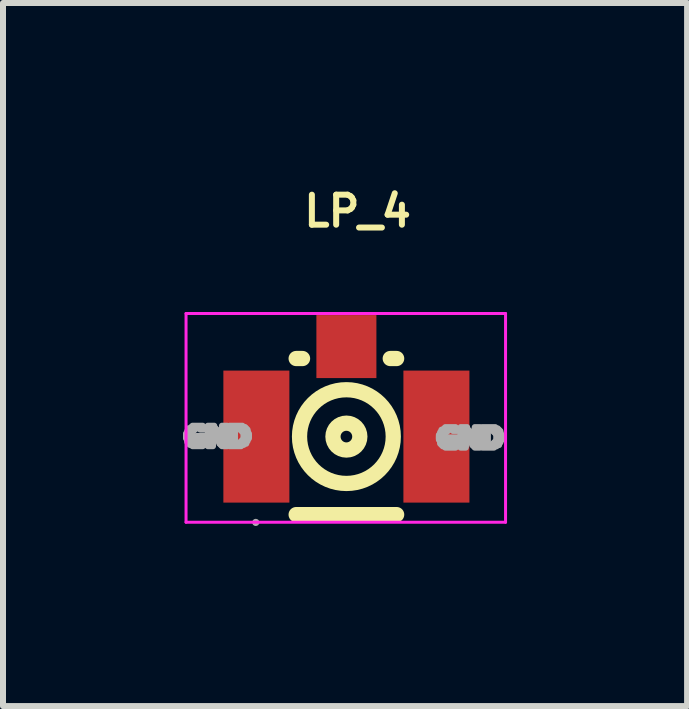
<source format=kicad_pcb>
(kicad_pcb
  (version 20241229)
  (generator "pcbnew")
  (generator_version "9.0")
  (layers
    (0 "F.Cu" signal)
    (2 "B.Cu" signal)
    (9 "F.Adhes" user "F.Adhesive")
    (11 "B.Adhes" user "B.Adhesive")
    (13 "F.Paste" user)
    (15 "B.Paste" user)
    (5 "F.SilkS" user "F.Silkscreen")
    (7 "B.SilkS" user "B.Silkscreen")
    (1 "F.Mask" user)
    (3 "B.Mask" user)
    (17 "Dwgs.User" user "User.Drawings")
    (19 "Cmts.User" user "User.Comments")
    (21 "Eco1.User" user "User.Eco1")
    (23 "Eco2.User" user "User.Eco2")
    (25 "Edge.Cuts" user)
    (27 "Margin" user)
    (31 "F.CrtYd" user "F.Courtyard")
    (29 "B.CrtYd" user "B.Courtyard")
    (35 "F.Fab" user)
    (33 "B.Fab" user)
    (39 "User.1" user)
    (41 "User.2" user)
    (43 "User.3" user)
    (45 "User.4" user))
  (footprint "LP_4"
    (layer "F.Cu")
    (at 2.712 3.913)
    (property "Reference" "LP_4" (at -0.75 -3.445 0) (layer "F.SilkS") (effects (font (size 0.5 0.5) (thickness 0.1)) (justify left)))
    (fp_line (start -0.827 -0.989) (end -0.721 -0.989) (stroke (width 0.254) (type solid)) (layer "F.SilkS"))
    (fp_line (start 0.741 -0.989) (end 0.847 -0.989) (stroke (width 0.254) (type solid)) (layer "F.SilkS"))
    (fp_line (start 0.847 1.612) (end -0.827 1.612) (stroke (width 0.254) (type solid)) (layer "F.SilkS"))
    (fp_arc (start 0.234 0.312) (mid -0.214 0.312) (end 0.234 0.312) (stroke (width 0.254) (type solid)) (layer "F.SilkS"))
    (fp_arc (start 0.791 0.312) (mid -0.771 0.312) (end 0.791 0.312) (stroke (width 0.254) (type solid)) (layer "F.SilkS"))
    (fp_line (start -2.662 -1.739) (end -2.662 1.739) (stroke (width 0.05) (type solid)) (layer "F.CrtYd"))
    (fp_line (start -2.662 1.739) (end 2.662 1.739) (stroke (width 0.05) (type solid)) (layer "F.CrtYd"))
    (fp_line (start 2.662 -1.739) (end -2.662 -1.739) (stroke (width 0.05) (type solid)) (layer "F.CrtYd"))
    (fp_line (start 2.662 1.739) (end 2.662 -1.739) (stroke (width 0.05) (type solid)) (layer "F.CrtYd"))
    (fp_arc (start -1.47 1.742) (mid -1.53 1.742) (end -1.47 1.742) (stroke (width 0.06) (type solid)) (layer "F.Fab"))
    (fp_poly (pts (xy -2.662 0.28) (xy -2.662 0.259) (xy -2.576 0.259) (xy -2.576 0.28) (xy -2.662 0.28)) (stroke (width 0.1) (type solid)) (fill no) (layer "F.Fab"))
    (fp_poly (pts (xy -2.662 0.301) (xy -2.662 0.28) (xy -2.576 0.28) (xy -2.576 0.301) (xy -2.662 0.301)) (stroke (width 0.1) (type solid)) (fill no) (layer "F.Fab"))
    (fp_poly (pts (xy -2.662 0.323) (xy -2.662 0.301) (xy -2.576 0.301) (xy -2.576 0.323) (xy -2.662 0.323)) (stroke (width 0.1) (type solid)) (fill no) (layer "F.Fab"))
    (fp_poly (pts (xy -2.662 0.344) (xy -2.662 0.323) (xy -2.576 0.323) (xy -2.576 0.344) (xy -2.662 0.344)) (stroke (width 0.1) (type solid)) (fill no) (layer "F.Fab"))
    (fp_poly (pts (xy -2.64 0.237) (xy -2.64 0.216) (xy -2.555 0.216) (xy -2.555 0.237) (xy -2.64 0.237)) (stroke (width 0.1) (type solid)) (fill no) (layer "F.Fab"))
    (fp_poly (pts (xy -2.64 0.259) (xy -2.64 0.237) (xy -2.576 0.237) (xy -2.576 0.259) (xy -2.64 0.259)) (stroke (width 0.1) (type solid)) (fill no) (layer "F.Fab"))
    (fp_poly (pts (xy -2.64 0.365) (xy -2.64 0.344) (xy -2.576 0.344) (xy -2.576 0.365) (xy -2.64 0.365)) (stroke (width 0.1) (type solid)) (fill no) (layer "F.Fab"))
    (fp_poly (pts (xy -2.64 0.387) (xy -2.64 0.365) (xy -2.555 0.365) (xy -2.555 0.387) (xy -2.64 0.387)) (stroke (width 0.1) (type solid)) (fill no) (layer "F.Fab"))
    (fp_poly (pts (xy -2.64 0.408) (xy -2.64 0.387) (xy -2.555 0.387) (xy -2.555 0.408) (xy -2.64 0.408)) (stroke (width 0.1) (type solid)) (fill no) (layer "F.Fab"))
    (fp_poly (pts (xy -2.619 0.195) (xy -2.619 0.173) (xy -2.512 0.173) (xy -2.512 0.195) (xy -2.619 0.195)) (stroke (width 0.1) (type solid)) (fill no) (layer "F.Fab"))
    (fp_poly (pts (xy -2.619 0.216) (xy -2.619 0.195) (xy -2.534 0.195) (xy -2.534 0.216) (xy -2.619 0.216)) (stroke (width 0.1) (type solid)) (fill no) (layer "F.Fab"))
    (fp_poly (pts (xy -2.619 0.43) (xy -2.619 0.408) (xy -2.512 0.408) (xy -2.512 0.43) (xy -2.619 0.43)) (stroke (width 0.1) (type solid)) (fill no) (layer "F.Fab"))
    (fp_poly (pts (xy -2.598 0.451) (xy -2.598 0.43) (xy -2.342 0.43) (xy -2.342 0.451) (xy -2.598 0.451)) (stroke (width 0.1) (type solid)) (fill no) (layer "F.Fab"))
    (fp_poly (pts (xy -2.576 0.173) (xy -2.576 0.152) (xy -2.363 0.152) (xy -2.363 0.173) (xy -2.576 0.173)) (stroke (width 0.1) (type solid)) (fill no) (layer "F.Fab"))
    (fp_poly (pts (xy -2.555 0.152) (xy -2.555 0.131) (xy -2.384 0.131) (xy -2.384 0.152) (xy -2.555 0.152)) (stroke (width 0.1) (type solid)) (fill no) (layer "F.Fab"))
    (fp_poly (pts (xy -2.555 0.472) (xy -2.555 0.451) (xy -2.384 0.451) (xy -2.384 0.472) (xy -2.555 0.472)) (stroke (width 0.1) (type solid)) (fill no) (layer "F.Fab"))
    (fp_poly (pts (xy -2.491 0.323) (xy -2.491 0.301) (xy -2.342 0.301) (xy -2.342 0.323) (xy -2.491 0.323)) (stroke (width 0.1) (type solid)) (fill no) (layer "F.Fab"))
    (fp_poly (pts (xy -2.491 0.344) (xy -2.491 0.323) (xy -2.342 0.323) (xy -2.342 0.344) (xy -2.491 0.344)) (stroke (width 0.1) (type solid)) (fill no) (layer "F.Fab"))
    (fp_poly (pts (xy -2.427 0.195) (xy -2.427 0.173) (xy -2.363 0.173) (xy -2.363 0.195) (xy -2.427 0.195)) (stroke (width 0.1) (type solid)) (fill no) (layer "F.Fab"))
    (fp_poly (pts (xy -2.427 0.365) (xy -2.427 0.344) (xy -2.342 0.344) (xy -2.342 0.365) (xy -2.427 0.365)) (stroke (width 0.1) (type solid)) (fill no) (layer "F.Fab"))
    (fp_poly (pts (xy -2.427 0.387) (xy -2.427 0.365) (xy -2.342 0.365) (xy -2.342 0.387) (xy -2.427 0.387)) (stroke (width 0.1) (type solid)) (fill no) (layer "F.Fab"))
    (fp_poly (pts (xy -2.427 0.408) (xy -2.427 0.387) (xy -2.342 0.387) (xy -2.342 0.408) (xy -2.427 0.408)) (stroke (width 0.1) (type solid)) (fill no) (layer "F.Fab"))
    (fp_poly (pts (xy -2.427 0.43) (xy -2.427 0.408) (xy -2.342 0.408) (xy -2.342 0.43) (xy -2.427 0.43)) (stroke (width 0.1) (type solid)) (fill no) (layer "F.Fab"))
    (fp_poly (pts (xy -2.299 0.152) (xy -2.299 0.131) (xy -2.192 0.131) (xy -2.192 0.152) (xy -2.299 0.152)) (stroke (width 0.1) (type solid)) (fill no) (layer "F.Fab"))
    (fp_poly (pts (xy -2.299 0.173) (xy -2.299 0.152) (xy -2.192 0.152) (xy -2.192 0.173) (xy -2.299 0.173)) (stroke (width 0.1) (type solid)) (fill no) (layer "F.Fab"))
    (fp_poly (pts (xy -2.299 0.195) (xy -2.299 0.173) (xy -2.171 0.173) (xy -2.171 0.195) (xy -2.299 0.195)) (stroke (width 0.1) (type solid)) (fill no) (layer "F.Fab"))
    (fp_poly (pts (xy -2.299 0.216) (xy -2.299 0.195) (xy -2.149 0.195) (xy -2.149 0.216) (xy -2.299 0.216)) (stroke (width 0.1) (type solid)) (fill no) (layer "F.Fab"))
    (fp_poly (pts (xy -2.299 0.237) (xy -2.299 0.216) (xy -2.149 0.216) (xy -2.149 0.237) (xy -2.299 0.237)) (stroke (width 0.1) (type solid)) (fill no) (layer "F.Fab"))
    (fp_poly (pts (xy -2.299 0.259) (xy -2.299 0.237) (xy -2.128 0.237) (xy -2.128 0.259) (xy -2.299 0.259)) (stroke (width 0.1) (type solid)) (fill no) (layer "F.Fab"))
    (fp_poly (pts (xy -2.299 0.28) (xy -2.299 0.259) (xy -2.213 0.259) (xy -2.213 0.28) (xy -2.299 0.28)) (stroke (width 0.1) (type solid)) (fill no) (layer "F.Fab"))
    (fp_poly (pts (xy -2.299 0.301) (xy -2.299 0.28) (xy -2.213 0.28) (xy -2.213 0.301) (xy -2.299 0.301)) (stroke (width 0.1) (type solid)) (fill no) (layer "F.Fab"))
    (fp_poly (pts (xy -2.299 0.323) (xy -2.299 0.301) (xy -2.213 0.301) (xy -2.213 0.323) (xy -2.299 0.323)) (stroke (width 0.1) (type solid)) (fill no) (layer "F.Fab"))
    (fp_poly (pts (xy -2.299 0.344) (xy -2.299 0.323) (xy -2.213 0.323) (xy -2.213 0.344) (xy -2.299 0.344)) (stroke (width 0.1) (type solid)) (fill no) (layer "F.Fab"))
    (fp_poly (pts (xy -2.299 0.365) (xy -2.299 0.344) (xy -2.213 0.344) (xy -2.213 0.365) (xy -2.299 0.365)) (stroke (width 0.1) (type solid)) (fill no) (layer "F.Fab"))
    (fp_poly (pts (xy -2.299 0.387) (xy -2.299 0.365) (xy -2.213 0.365) (xy -2.213 0.387) (xy -2.299 0.387)) (stroke (width 0.1) (type solid)) (fill no) (layer "F.Fab"))
    (fp_poly (pts (xy -2.299 0.408) (xy -2.299 0.387) (xy -2.213 0.387) (xy -2.213 0.408) (xy -2.299 0.408)) (stroke (width 0.1) (type solid)) (fill no) (layer "F.Fab"))
    (fp_poly (pts (xy -2.299 0.43) (xy -2.299 0.408) (xy -2.213 0.408) (xy -2.213 0.43) (xy -2.299 0.43)) (stroke (width 0.1) (type solid)) (fill no) (layer "F.Fab"))
    (fp_poly (pts (xy -2.299 0.451) (xy -2.299 0.43) (xy -2.213 0.43) (xy -2.213 0.451) (xy -2.299 0.451)) (stroke (width 0.1) (type solid)) (fill no) (layer "F.Fab"))
    (fp_poly (pts (xy -2.299 0.472) (xy -2.299 0.451) (xy -2.213 0.451) (xy -2.213 0.472) (xy -2.299 0.472)) (stroke (width 0.1) (type solid)) (fill no) (layer "F.Fab"))
    (fp_poly (pts (xy -2.192 0.28) (xy -2.192 0.259) (xy -2.107 0.259) (xy -2.107 0.28) (xy -2.192 0.28)) (stroke (width 0.1) (type solid)) (fill no) (layer "F.Fab"))
    (fp_poly (pts (xy -2.171 0.301) (xy -2.171 0.28) (xy -2.107 0.28) (xy -2.107 0.301) (xy -2.171 0.301)) (stroke (width 0.1) (type solid)) (fill no) (layer "F.Fab"))
    (fp_poly (pts (xy -2.171 0.323) (xy -2.171 0.301) (xy -2.085 0.301) (xy -2.085 0.323) (xy -2.171 0.323)) (stroke (width 0.1) (type solid)) (fill no) (layer "F.Fab"))
    (fp_poly (pts (xy -2.149 0.344) (xy -2.149 0.323) (xy -1.978 0.323) (xy -1.978 0.344) (xy -2.149 0.344)) (stroke (width 0.1) (type solid)) (fill no) (layer "F.Fab"))
    (fp_poly (pts (xy -2.149 0.365) (xy -2.149 0.344) (xy -1.978 0.344) (xy -1.978 0.365) (xy -2.149 0.365)) (stroke (width 0.1) (type solid)) (fill no) (layer "F.Fab"))
    (fp_poly (pts (xy -2.128 0.387) (xy -2.128 0.365) (xy -1.978 0.365) (xy -1.978 0.387) (xy -2.128 0.387)) (stroke (width 0.1) (type solid)) (fill no) (layer "F.Fab"))
    (fp_poly (pts (xy -2.107 0.408) (xy -2.107 0.387) (xy -1.978 0.387) (xy -1.978 0.408) (xy -2.107 0.408)) (stroke (width 0.1) (type solid)) (fill no) (layer "F.Fab"))
    (fp_poly (pts (xy -2.107 0.43) (xy -2.107 0.408) (xy -1.978 0.408) (xy -1.978 0.43) (xy -2.107 0.43)) (stroke (width 0.1) (type solid)) (fill no) (layer "F.Fab"))
    (fp_poly (pts (xy -2.085 0.451) (xy -2.085 0.43) (xy -1.978 0.43) (xy -1.978 0.451) (xy -2.085 0.451)) (stroke (width 0.1) (type solid)) (fill no) (layer "F.Fab"))
    (fp_poly (pts (xy -2.064 0.152) (xy -2.064 0.131) (xy -1.978 0.131) (xy -1.978 0.152) (xy -2.064 0.152)) (stroke (width 0.1) (type solid)) (fill no) (layer "F.Fab"))
    (fp_poly (pts (xy -2.064 0.173) (xy -2.064 0.152) (xy -1.978 0.152) (xy -1.978 0.173) (xy -2.064 0.173)) (stroke (width 0.1) (type solid)) (fill no) (layer "F.Fab"))
    (fp_poly (pts (xy -2.064 0.195) (xy -2.064 0.173) (xy -1.978 0.173) (xy -1.978 0.195) (xy -2.064 0.195)) (stroke (width 0.1) (type solid)) (fill no) (layer "F.Fab"))
    (fp_poly (pts (xy -2.064 0.216) (xy -2.064 0.195) (xy -1.978 0.195) (xy -1.978 0.216) (xy -2.064 0.216)) (stroke (width 0.1) (type solid)) (fill no) (layer "F.Fab"))
    (fp_poly (pts (xy -2.064 0.237) (xy -2.064 0.216) (xy -1.978 0.216) (xy -1.978 0.237) (xy -2.064 0.237)) (stroke (width 0.1) (type solid)) (fill no) (layer "F.Fab"))
    (fp_poly (pts (xy -2.064 0.259) (xy -2.064 0.237) (xy -1.978 0.237) (xy -1.978 0.259) (xy -2.064 0.259)) (stroke (width 0.1) (type solid)) (fill no) (layer "F.Fab"))
    (fp_poly (pts (xy -2.064 0.28) (xy -2.064 0.259) (xy -1.978 0.259) (xy -1.978 0.28) (xy -2.064 0.28)) (stroke (width 0.1) (type solid)) (fill no) (layer "F.Fab"))
    (fp_poly (pts (xy -2.064 0.301) (xy -2.064 0.28) (xy -1.978 0.28) (xy -1.978 0.301) (xy -2.064 0.301)) (stroke (width 0.1) (type solid)) (fill no) (layer "F.Fab"))
    (fp_poly (pts (xy -2.064 0.323) (xy -2.064 0.301) (xy -1.978 0.301) (xy -1.978 0.323) (xy -2.064 0.323)) (stroke (width 0.1) (type solid)) (fill no) (layer "F.Fab"))
    (fp_poly (pts (xy -2.064 0.472) (xy -2.064 0.451) (xy -1.978 0.451) (xy -1.978 0.472) (xy -2.064 0.472)) (stroke (width 0.1) (type solid)) (fill no) (layer "F.Fab"))
    (fp_poly (pts (xy -1.936 0.152) (xy -1.936 0.131) (xy -1.722 0.131) (xy -1.722 0.152) (xy -1.936 0.152)) (stroke (width 0.1) (type solid)) (fill no) (layer "F.Fab"))
    (fp_poly (pts (xy -1.936 0.173) (xy -1.936 0.152) (xy -1.679 0.152) (xy -1.679 0.173) (xy -1.936 0.173)) (stroke (width 0.1) (type solid)) (fill no) (layer "F.Fab"))
    (fp_poly (pts (xy -1.936 0.195) (xy -1.936 0.173) (xy -1.85 0.173) (xy -1.85 0.195) (xy -1.936 0.195)) (stroke (width 0.1) (type solid)) (fill no) (layer "F.Fab"))
    (fp_poly (pts (xy -1.936 0.216) (xy -1.936 0.195) (xy -1.85 0.195) (xy -1.85 0.216) (xy -1.936 0.216)) (stroke (width 0.1) (type solid)) (fill no) (layer "F.Fab"))
    (fp_poly (pts (xy -1.936 0.237) (xy -1.936 0.216) (xy -1.85 0.216) (xy -1.85 0.237) (xy -1.936 0.237)) (stroke (width 0.1) (type solid)) (fill no) (layer "F.Fab"))
    (fp_poly (pts (xy -1.936 0.259) (xy -1.936 0.237) (xy -1.85 0.237) (xy -1.85 0.259) (xy -1.936 0.259)) (stroke (width 0.1) (type solid)) (fill no) (layer "F.Fab"))
    (fp_poly (pts (xy -1.936 0.28) (xy -1.936 0.259) (xy -1.85 0.259) (xy -1.85 0.28) (xy -1.936 0.28)) (stroke (width 0.1) (type solid)) (fill no) (layer "F.Fab"))
    (fp_poly (pts (xy -1.936 0.301) (xy -1.936 0.28) (xy -1.85 0.28) (xy -1.85 0.301) (xy -1.936 0.301)) (stroke (width 0.1) (type solid)) (fill no) (layer "F.Fab"))
    (fp_poly (pts (xy -1.936 0.323) (xy -1.936 0.301) (xy -1.85 0.301) (xy -1.85 0.323) (xy -1.936 0.323)) (stroke (width 0.1) (type solid)) (fill no) (layer "F.Fab"))
    (fp_poly (pts (xy -1.936 0.344) (xy -1.936 0.323) (xy -1.85 0.323) (xy -1.85 0.344) (xy -1.936 0.344)) (stroke (width 0.1) (type solid)) (fill no) (layer "F.Fab"))
    (fp_poly (pts (xy -1.936 0.365) (xy -1.936 0.344) (xy -1.85 0.344) (xy -1.85 0.365) (xy -1.936 0.365)) (stroke (width 0.1) (type solid)) (fill no) (layer "F.Fab"))
    (fp_poly (pts (xy -1.936 0.387) (xy -1.936 0.365) (xy -1.85 0.365) (xy -1.85 0.387) (xy -1.936 0.387)) (stroke (width 0.1) (type solid)) (fill no) (layer "F.Fab"))
    (fp_poly (pts (xy -1.936 0.408) (xy -1.936 0.387) (xy -1.85 0.387) (xy -1.85 0.408) (xy -1.936 0.408)) (stroke (width 0.1) (type solid)) (fill no) (layer "F.Fab"))
    (fp_poly (pts (xy -1.936 0.43) (xy -1.936 0.408) (xy -1.85 0.408) (xy -1.85 0.43) (xy -1.936 0.43)) (stroke (width 0.1) (type solid)) (fill no) (layer "F.Fab"))
    (fp_poly (pts (xy -1.936 0.451) (xy -1.936 0.43) (xy -1.701 0.43) (xy -1.701 0.451) (xy -1.936 0.451)) (stroke (width 0.1) (type solid)) (fill no) (layer "F.Fab"))
    (fp_poly (pts (xy -1.936 0.472) (xy -1.936 0.451) (xy -1.744 0.451) (xy -1.744 0.472) (xy -1.936 0.472)) (stroke (width 0.1) (type solid)) (fill no) (layer "F.Fab"))
    (fp_poly (pts (xy -1.765 0.195) (xy -1.765 0.173) (xy -1.658 0.173) (xy -1.658 0.195) (xy -1.765 0.195)) (stroke (width 0.1) (type solid)) (fill no) (layer "F.Fab"))
    (fp_poly (pts (xy -1.765 0.43) (xy -1.765 0.408) (xy -1.658 0.408) (xy -1.658 0.43) (xy -1.765 0.43)) (stroke (width 0.1) (type solid)) (fill no) (layer "F.Fab"))
    (fp_poly (pts (xy -1.744 0.216) (xy -1.744 0.195) (xy -1.637 0.195) (xy -1.637 0.216) (xy -1.744 0.216)) (stroke (width 0.1) (type solid)) (fill no) (layer "F.Fab"))
    (fp_poly (pts (xy -1.744 0.408) (xy -1.744 0.387) (xy -1.658 0.387) (xy -1.658 0.408) (xy -1.744 0.408)) (stroke (width 0.1) (type solid)) (fill no) (layer "F.Fab"))
    (fp_poly (pts (xy -1.722 0.237) (xy -1.722 0.216) (xy -1.637 0.216) (xy -1.637 0.237) (xy -1.722 0.237)) (stroke (width 0.1) (type solid)) (fill no) (layer "F.Fab"))
    (fp_poly (pts (xy -1.722 0.387) (xy -1.722 0.365) (xy -1.637 0.365) (xy -1.637 0.387) (xy -1.722 0.387)) (stroke (width 0.1) (type solid)) (fill no) (layer "F.Fab"))
    (fp_poly (pts (xy -1.701 0.259) (xy -1.701 0.237) (xy -1.637 0.237) (xy -1.637 0.259) (xy -1.701 0.259)) (stroke (width 0.1) (type solid)) (fill no) (layer "F.Fab"))
    (fp_poly (pts (xy -1.701 0.28) (xy -1.701 0.259) (xy -1.615 0.259) (xy -1.615 0.28) (xy -1.701 0.28)) (stroke (width 0.1) (type solid)) (fill no) (layer "F.Fab"))
    (fp_poly (pts (xy -1.701 0.301) (xy -1.701 0.28) (xy -1.615 0.28) (xy -1.615 0.301) (xy -1.701 0.301)) (stroke (width 0.1) (type solid)) (fill no) (layer "F.Fab"))
    (fp_poly (pts (xy -1.701 0.323) (xy -1.701 0.301) (xy -1.615 0.301) (xy -1.615 0.323) (xy -1.701 0.323)) (stroke (width 0.1) (type solid)) (fill no) (layer "F.Fab"))
    (fp_poly (pts (xy -1.701 0.344) (xy -1.701 0.323) (xy -1.615 0.323) (xy -1.615 0.344) (xy -1.701 0.344)) (stroke (width 0.1) (type solid)) (fill no) (layer "F.Fab"))
    (fp_poly (pts (xy -1.701 0.365) (xy -1.701 0.344) (xy -1.637 0.344) (xy -1.637 0.365) (xy -1.701 0.365)) (stroke (width 0.1) (type solid)) (fill no) (layer "F.Fab"))
    (fp_poly (pts (xy 1.551 0.303) (xy 1.551 0.282) (xy 1.636 0.282) (xy 1.636 0.303) (xy 1.551 0.303)) (stroke (width 0.1) (type solid)) (fill no) (layer "F.Fab"))
    (fp_poly (pts (xy 1.551 0.325) (xy 1.551 0.303) (xy 1.636 0.303) (xy 1.636 0.325) (xy 1.551 0.325)) (stroke (width 0.1) (type solid)) (fill no) (layer "F.Fab"))
    (fp_poly (pts (xy 1.551 0.346) (xy 1.551 0.325) (xy 1.636 0.325) (xy 1.636 0.346) (xy 1.551 0.346)) (stroke (width 0.1) (type solid)) (fill no) (layer "F.Fab"))
    (fp_poly (pts (xy 1.551 0.367) (xy 1.551 0.346) (xy 1.636 0.346) (xy 1.636 0.367) (xy 1.551 0.367)) (stroke (width 0.1) (type solid)) (fill no) (layer "F.Fab"))
    (fp_poly (pts (xy 1.572 0.261) (xy 1.572 0.239) (xy 1.658 0.239) (xy 1.658 0.261) (xy 1.572 0.261)) (stroke (width 0.1) (type solid)) (fill no) (layer "F.Fab"))
    (fp_poly (pts (xy 1.572 0.282) (xy 1.572 0.261) (xy 1.636 0.261) (xy 1.636 0.282) (xy 1.572 0.282)) (stroke (width 0.1) (type solid)) (fill no) (layer "F.Fab"))
    (fp_poly (pts (xy 1.572 0.389) (xy 1.572 0.367) (xy 1.636 0.367) (xy 1.636 0.389) (xy 1.572 0.389)) (stroke (width 0.1) (type solid)) (fill no) (layer "F.Fab"))
    (fp_poly (pts (xy 1.572 0.41) (xy 1.572 0.389) (xy 1.658 0.389) (xy 1.658 0.41) (xy 1.572 0.41)) (stroke (width 0.1) (type solid)) (fill no) (layer "F.Fab"))
    (fp_poly (pts (xy 1.572 0.431) (xy 1.572 0.41) (xy 1.658 0.41) (xy 1.658 0.431) (xy 1.572 0.431)) (stroke (width 0.1) (type solid)) (fill no) (layer "F.Fab"))
    (fp_poly (pts (xy 1.594 0.218) (xy 1.594 0.197) (xy 1.701 0.197) (xy 1.701 0.218) (xy 1.594 0.218)) (stroke (width 0.1) (type solid)) (fill no) (layer "F.Fab"))
    (fp_poly (pts (xy 1.594 0.239) (xy 1.594 0.218) (xy 1.679 0.218) (xy 1.679 0.239) (xy 1.594 0.239)) (stroke (width 0.1) (type solid)) (fill no) (layer "F.Fab"))
    (fp_poly (pts (xy 1.594 0.453) (xy 1.594 0.431) (xy 1.701 0.431) (xy 1.701 0.453) (xy 1.594 0.453)) (stroke (width 0.1) (type solid)) (fill no) (layer "F.Fab"))
    (fp_poly (pts (xy 1.615 0.474) (xy 1.615 0.453) (xy 1.871 0.453) (xy 1.871 0.474) (xy 1.615 0.474)) (stroke (width 0.1) (type solid)) (fill no) (layer "F.Fab"))
    (fp_poly (pts (xy 1.636 0.197) (xy 1.636 0.175) (xy 1.85 0.175) (xy 1.85 0.197) (xy 1.636 0.197)) (stroke (width 0.1) (type solid)) (fill no) (layer "F.Fab"))
    (fp_poly (pts (xy 1.658 0.175) (xy 1.658 0.154) (xy 1.829 0.154) (xy 1.829 0.175) (xy 1.658 0.175)) (stroke (width 0.1) (type solid)) (fill no) (layer "F.Fab"))
    (fp_poly (pts (xy 1.658 0.496) (xy 1.658 0.474) (xy 1.829 0.474) (xy 1.829 0.496) (xy 1.658 0.496)) (stroke (width 0.1) (type solid)) (fill no) (layer "F.Fab"))
    (fp_poly (pts (xy 1.722 0.346) (xy 1.722 0.325) (xy 1.871 0.325) (xy 1.871 0.346) (xy 1.722 0.346)) (stroke (width 0.1) (type solid)) (fill no) (layer "F.Fab"))
    (fp_poly (pts (xy 1.722 0.367) (xy 1.722 0.346) (xy 1.871 0.346) (xy 1.871 0.367) (xy 1.722 0.367)) (stroke (width 0.1) (type solid)) (fill no) (layer "F.Fab"))
    (fp_poly (pts (xy 1.786 0.218) (xy 1.786 0.197) (xy 1.85 0.197) (xy 1.85 0.218) (xy 1.786 0.218)) (stroke (width 0.1) (type solid)) (fill no) (layer "F.Fab"))
    (fp_poly (pts (xy 1.786 0.389) (xy 1.786 0.367) (xy 1.871 0.367) (xy 1.871 0.389) (xy 1.786 0.389)) (stroke (width 0.1) (type solid)) (fill no) (layer "F.Fab"))
    (fp_poly (pts (xy 1.786 0.41) (xy 1.786 0.389) (xy 1.871 0.389) (xy 1.871 0.41) (xy 1.786 0.41)) (stroke (width 0.1) (type solid)) (fill no) (layer "F.Fab"))
    (fp_poly (pts (xy 1.786 0.431) (xy 1.786 0.41) (xy 1.871 0.41) (xy 1.871 0.431) (xy 1.786 0.431)) (stroke (width 0.1) (type solid)) (fill no) (layer "F.Fab"))
    (fp_poly (pts (xy 1.786 0.453) (xy 1.786 0.431) (xy 1.871 0.431) (xy 1.871 0.453) (xy 1.786 0.453)) (stroke (width 0.1) (type solid)) (fill no) (layer "F.Fab"))
    (fp_poly (pts (xy 1.914 0.175) (xy 1.914 0.154) (xy 2.021 0.154) (xy 2.021 0.175) (xy 1.914 0.175)) (stroke (width 0.1) (type solid)) (fill no) (layer "F.Fab"))
    (fp_poly (pts (xy 1.914 0.197) (xy 1.914 0.175) (xy 2.021 0.175) (xy 2.021 0.197) (xy 1.914 0.197)) (stroke (width 0.1) (type solid)) (fill no) (layer "F.Fab"))
    (fp_poly (pts (xy 1.914 0.218) (xy 1.914 0.197) (xy 2.042 0.197) (xy 2.042 0.218) (xy 1.914 0.218)) (stroke (width 0.1) (type solid)) (fill no) (layer "F.Fab"))
    (fp_poly (pts (xy 1.914 0.239) (xy 1.914 0.218) (xy 2.064 0.218) (xy 2.064 0.239) (xy 1.914 0.239)) (stroke (width 0.1) (type solid)) (fill no) (layer "F.Fab"))
    (fp_poly (pts (xy 1.914 0.261) (xy 1.914 0.239) (xy 2.064 0.239) (xy 2.064 0.261) (xy 1.914 0.261)) (stroke (width 0.1) (type solid)) (fill no) (layer "F.Fab"))
    (fp_poly (pts (xy 1.914 0.282) (xy 1.914 0.261) (xy 2.085 0.261) (xy 2.085 0.282) (xy 1.914 0.282)) (stroke (width 0.1) (type solid)) (fill no) (layer "F.Fab"))
    (fp_poly (pts (xy 1.914 0.303) (xy 1.914 0.282) (xy 1.999 0.282) (xy 1.999 0.303) (xy 1.914 0.303)) (stroke (width 0.1) (type solid)) (fill no) (layer "F.Fab"))
    (fp_poly (pts (xy 1.914 0.325) (xy 1.914 0.303) (xy 1.999 0.303) (xy 1.999 0.325) (xy 1.914 0.325)) (stroke (width 0.1) (type solid)) (fill no) (layer "F.Fab"))
    (fp_poly (pts (xy 1.914 0.346) (xy 1.914 0.325) (xy 1.999 0.325) (xy 1.999 0.346) (xy 1.914 0.346)) (stroke (width 0.1) (type solid)) (fill no) (layer "F.Fab"))
    (fp_poly (pts (xy 1.914 0.367) (xy 1.914 0.346) (xy 1.999 0.346) (xy 1.999 0.367) (xy 1.914 0.367)) (stroke (width 0.1) (type solid)) (fill no) (layer "F.Fab"))
    (fp_poly (pts (xy 1.914 0.389) (xy 1.914 0.367) (xy 1.999 0.367) (xy 1.999 0.389) (xy 1.914 0.389)) (stroke (width 0.1) (type solid)) (fill no) (layer "F.Fab"))
    (fp_poly (pts (xy 1.914 0.41) (xy 1.914 0.389) (xy 1.999 0.389) (xy 1.999 0.41) (xy 1.914 0.41)) (stroke (width 0.1) (type solid)) (fill no) (layer "F.Fab"))
    (fp_poly (pts (xy 1.914 0.431) (xy 1.914 0.41) (xy 1.999 0.41) (xy 1.999 0.431) (xy 1.914 0.431)) (stroke (width 0.1) (type solid)) (fill no) (layer "F.Fab"))
    (fp_poly (pts (xy 1.914 0.453) (xy 1.914 0.431) (xy 1.999 0.431) (xy 1.999 0.453) (xy 1.914 0.453)) (stroke (width 0.1) (type solid)) (fill no) (layer "F.Fab"))
    (fp_poly (pts (xy 1.914 0.474) (xy 1.914 0.453) (xy 1.999 0.453) (xy 1.999 0.474) (xy 1.914 0.474)) (stroke (width 0.1) (type solid)) (fill no) (layer "F.Fab"))
    (fp_poly (pts (xy 1.914 0.496) (xy 1.914 0.474) (xy 1.999 0.474) (xy 1.999 0.496) (xy 1.914 0.496)) (stroke (width 0.1) (type solid)) (fill no) (layer "F.Fab"))
    (fp_poly (pts (xy 2.021 0.303) (xy 2.021 0.282) (xy 2.106 0.282) (xy 2.106 0.303) (xy 2.021 0.303)) (stroke (width 0.1) (type solid)) (fill no) (layer "F.Fab"))
    (fp_poly (pts (xy 2.042 0.325) (xy 2.042 0.303) (xy 2.106 0.303) (xy 2.106 0.325) (xy 2.042 0.325)) (stroke (width 0.1) (type solid)) (fill no) (layer "F.Fab"))
    (fp_poly (pts (xy 2.042 0.346) (xy 2.042 0.325) (xy 2.128 0.325) (xy 2.128 0.346) (xy 2.042 0.346)) (stroke (width 0.1) (type solid)) (fill no) (layer "F.Fab"))
    (fp_poly (pts (xy 2.064 0.367) (xy 2.064 0.346) (xy 2.234 0.346) (xy 2.234 0.367) (xy 2.064 0.367)) (stroke (width 0.1) (type solid)) (fill no) (layer "F.Fab"))
    (fp_poly (pts (xy 2.064 0.389) (xy 2.064 0.367) (xy 2.234 0.367) (xy 2.234 0.389) (xy 2.064 0.389)) (stroke (width 0.1) (type solid)) (fill no) (layer "F.Fab"))
    (fp_poly (pts (xy 2.085 0.41) (xy 2.085 0.389) (xy 2.234 0.389) (xy 2.234 0.41) (xy 2.085 0.41)) (stroke (width 0.1) (type solid)) (fill no) (layer "F.Fab"))
    (fp_poly (pts (xy 2.106 0.431) (xy 2.106 0.41) (xy 2.234 0.41) (xy 2.234 0.431) (xy 2.106 0.431)) (stroke (width 0.1) (type solid)) (fill no) (layer "F.Fab"))
    (fp_poly (pts (xy 2.106 0.453) (xy 2.106 0.431) (xy 2.234 0.431) (xy 2.234 0.453) (xy 2.106 0.453)) (stroke (width 0.1) (type solid)) (fill no) (layer "F.Fab"))
    (fp_poly (pts (xy 2.128 0.474) (xy 2.128 0.453) (xy 2.234 0.453) (xy 2.234 0.474) (xy 2.128 0.474)) (stroke (width 0.1) (type solid)) (fill no) (layer "F.Fab"))
    (fp_poly (pts (xy 2.149 0.175) (xy 2.149 0.154) (xy 2.234 0.154) (xy 2.234 0.175) (xy 2.149 0.175)) (stroke (width 0.1) (type solid)) (fill no) (layer "F.Fab"))
    (fp_poly (pts (xy 2.149 0.197) (xy 2.149 0.175) (xy 2.234 0.175) (xy 2.234 0.197) (xy 2.149 0.197)) (stroke (width 0.1) (type solid)) (fill no) (layer "F.Fab"))
    (fp_poly (pts (xy 2.149 0.218) (xy 2.149 0.197) (xy 2.234 0.197) (xy 2.234 0.218) (xy 2.149 0.218)) (stroke (width 0.1) (type solid)) (fill no) (layer "F.Fab"))
    (fp_poly (pts (xy 2.149 0.239) (xy 2.149 0.218) (xy 2.234 0.218) (xy 2.234 0.239) (xy 2.149 0.239)) (stroke (width 0.1) (type solid)) (fill no) (layer "F.Fab"))
    (fp_poly (pts (xy 2.149 0.261) (xy 2.149 0.239) (xy 2.234 0.239) (xy 2.234 0.261) (xy 2.149 0.261)) (stroke (width 0.1) (type solid)) (fill no) (layer "F.Fab"))
    (fp_poly (pts (xy 2.149 0.282) (xy 2.149 0.261) (xy 2.234 0.261) (xy 2.234 0.282) (xy 2.149 0.282)) (stroke (width 0.1) (type solid)) (fill no) (layer "F.Fab"))
    (fp_poly (pts (xy 2.149 0.303) (xy 2.149 0.282) (xy 2.234 0.282) (xy 2.234 0.303) (xy 2.149 0.303)) (stroke (width 0.1) (type solid)) (fill no) (layer "F.Fab"))
    (fp_poly (pts (xy 2.149 0.325) (xy 2.149 0.303) (xy 2.234 0.303) (xy 2.234 0.325) (xy 2.149 0.325)) (stroke (width 0.1) (type solid)) (fill no) (layer "F.Fab"))
    (fp_poly (pts (xy 2.149 0.346) (xy 2.149 0.325) (xy 2.234 0.325) (xy 2.234 0.346) (xy 2.149 0.346)) (stroke (width 0.1) (type solid)) (fill no) (layer "F.Fab"))
    (fp_poly (pts (xy 2.149 0.496) (xy 2.149 0.474) (xy 2.234 0.474) (xy 2.234 0.496) (xy 2.149 0.496)) (stroke (width 0.1) (type solid)) (fill no) (layer "F.Fab"))
    (fp_poly (pts (xy 2.277 0.175) (xy 2.277 0.154) (xy 2.491 0.154) (xy 2.491 0.175) (xy 2.277 0.175)) (stroke (width 0.1) (type solid)) (fill no) (layer "F.Fab"))
    (fp_poly (pts (xy 2.277 0.197) (xy 2.277 0.175) (xy 2.533 0.175) (xy 2.533 0.197) (xy 2.277 0.197)) (stroke (width 0.1) (type solid)) (fill no) (layer "F.Fab"))
    (fp_poly (pts (xy 2.277 0.218) (xy 2.277 0.197) (xy 2.363 0.197) (xy 2.363 0.218) (xy 2.277 0.218)) (stroke (width 0.1) (type solid)) (fill no) (layer "F.Fab"))
    (fp_poly (pts (xy 2.277 0.239) (xy 2.277 0.218) (xy 2.363 0.218) (xy 2.363 0.239) (xy 2.277 0.239)) (stroke (width 0.1) (type solid)) (fill no) (layer "F.Fab"))
    (fp_poly (pts (xy 2.277 0.261) (xy 2.277 0.239) (xy 2.363 0.239) (xy 2.363 0.261) (xy 2.277 0.261)) (stroke (width 0.1) (type solid)) (fill no) (layer "F.Fab"))
    (fp_poly (pts (xy 2.277 0.282) (xy 2.277 0.261) (xy 2.363 0.261) (xy 2.363 0.282) (xy 2.277 0.282)) (stroke (width 0.1) (type solid)) (fill no) (layer "F.Fab"))
    (fp_poly (pts (xy 2.277 0.303) (xy 2.277 0.282) (xy 2.363 0.282) (xy 2.363 0.303) (xy 2.277 0.303)) (stroke (width 0.1) (type solid)) (fill no) (layer "F.Fab"))
    (fp_poly (pts (xy 2.277 0.325) (xy 2.277 0.303) (xy 2.363 0.303) (xy 2.363 0.325) (xy 2.277 0.325)) (stroke (width 0.1) (type solid)) (fill no) (layer "F.Fab"))
    (fp_poly (pts (xy 2.277 0.346) (xy 2.277 0.325) (xy 2.363 0.325) (xy 2.363 0.346) (xy 2.277 0.346)) (stroke (width 0.1) (type solid)) (fill no) (layer "F.Fab"))
    (fp_poly (pts (xy 2.277 0.367) (xy 2.277 0.346) (xy 2.363 0.346) (xy 2.363 0.367) (xy 2.277 0.367)) (stroke (width 0.1) (type solid)) (fill no) (layer "F.Fab"))
    (fp_poly (pts (xy 2.277 0.389) (xy 2.277 0.367) (xy 2.363 0.367) (xy 2.363 0.389) (xy 2.277 0.389)) (stroke (width 0.1) (type solid)) (fill no) (layer "F.Fab"))
    (fp_poly (pts (xy 2.277 0.41) (xy 2.277 0.389) (xy 2.363 0.389) (xy 2.363 0.41) (xy 2.277 0.41)) (stroke (width 0.1) (type solid)) (fill no) (layer "F.Fab"))
    (fp_poly (pts (xy 2.277 0.431) (xy 2.277 0.41) (xy 2.363 0.41) (xy 2.363 0.431) (xy 2.277 0.431)) (stroke (width 0.1) (type solid)) (fill no) (layer "F.Fab"))
    (fp_poly (pts (xy 2.277 0.453) (xy 2.277 0.431) (xy 2.363 0.431) (xy 2.363 0.453) (xy 2.277 0.453)) (stroke (width 0.1) (type solid)) (fill no) (layer "F.Fab"))
    (fp_poly (pts (xy 2.277 0.474) (xy 2.277 0.453) (xy 2.512 0.453) (xy 2.512 0.474) (xy 2.277 0.474)) (stroke (width 0.1) (type solid)) (fill no) (layer "F.Fab"))
    (fp_poly (pts (xy 2.277 0.496) (xy 2.277 0.474) (xy 2.469 0.474) (xy 2.469 0.496) (xy 2.277 0.496)) (stroke (width 0.1) (type solid)) (fill no) (layer "F.Fab"))
    (fp_poly (pts (xy 2.448 0.218) (xy 2.448 0.197) (xy 2.555 0.197) (xy 2.555 0.218) (xy 2.448 0.218)) (stroke (width 0.1) (type solid)) (fill no) (layer "F.Fab"))
    (fp_poly (pts (xy 2.448 0.453) (xy 2.448 0.431) (xy 2.555 0.431) (xy 2.555 0.453) (xy 2.448 0.453)) (stroke (width 0.1) (type solid)) (fill no) (layer "F.Fab"))
    (fp_poly (pts (xy 2.469 0.239) (xy 2.469 0.218) (xy 2.576 0.218) (xy 2.576 0.239) (xy 2.469 0.239)) (stroke (width 0.1) (type solid)) (fill no) (layer "F.Fab"))
    (fp_poly (pts (xy 2.469 0.431) (xy 2.469 0.41) (xy 2.555 0.41) (xy 2.555 0.431) (xy 2.469 0.431)) (stroke (width 0.1) (type solid)) (fill no) (layer "F.Fab"))
    (fp_poly (pts (xy 2.491 0.261) (xy 2.491 0.239) (xy 2.576 0.239) (xy 2.576 0.261) (xy 2.491 0.261)) (stroke (width 0.1) (type solid)) (fill no) (layer "F.Fab"))
    (fp_poly (pts (xy 2.491 0.41) (xy 2.491 0.389) (xy 2.576 0.389) (xy 2.576 0.41) (xy 2.491 0.41)) (stroke (width 0.1) (type solid)) (fill no) (layer "F.Fab"))
    (fp_poly (pts (xy 2.512 0.282) (xy 2.512 0.261) (xy 2.576 0.261) (xy 2.576 0.282) (xy 2.512 0.282)) (stroke (width 0.1) (type solid)) (fill no) (layer "F.Fab"))
    (fp_poly (pts (xy 2.512 0.303) (xy 2.512 0.282) (xy 2.597 0.282) (xy 2.597 0.303) (xy 2.512 0.303)) (stroke (width 0.1) (type solid)) (fill no) (layer "F.Fab"))
    (fp_poly (pts (xy 2.512 0.325) (xy 2.512 0.303) (xy 2.597 0.303) (xy 2.597 0.325) (xy 2.512 0.325)) (stroke (width 0.1) (type solid)) (fill no) (layer "F.Fab"))
    (fp_poly (pts (xy 2.512 0.346) (xy 2.512 0.325) (xy 2.597 0.325) (xy 2.597 0.346) (xy 2.512 0.346)) (stroke (width 0.1) (type solid)) (fill no) (layer "F.Fab"))
    (fp_poly (pts (xy 2.512 0.367) (xy 2.512 0.346) (xy 2.597 0.346) (xy 2.597 0.367) (xy 2.512 0.367)) (stroke (width 0.1) (type solid)) (fill no) (layer "F.Fab"))
    (fp_poly (pts (xy 2.512 0.389) (xy 2.512 0.367) (xy 2.576 0.367) (xy 2.576 0.389) (xy 2.512 0.389)) (stroke (width 0.1) (type solid)) (fill no) (layer "F.Fab"))
    (pad "1" smd rect (at -1.49 0.312 90) (size 2.2 1.1) (layers "F.Cu" "F.Mask" "F.Paste"))
    (pad "2" smd rect (at 0.01 -1.188 90) (size 1.05 1) (layers "F.Cu" "F.Mask" "F.Paste"))
    (pad "3" smd rect (at 1.51 0.312 90) (size 2.2 1.1) (layers "F.Cu" "F.Mask" "F.Paste")))
  (gr_rect
    (start -3 -3)
    (end 8.399 8.715)
    (stroke (width 0.1) (type default))
    (fill no)
    (layer "Edge.Cuts")))
</source>
